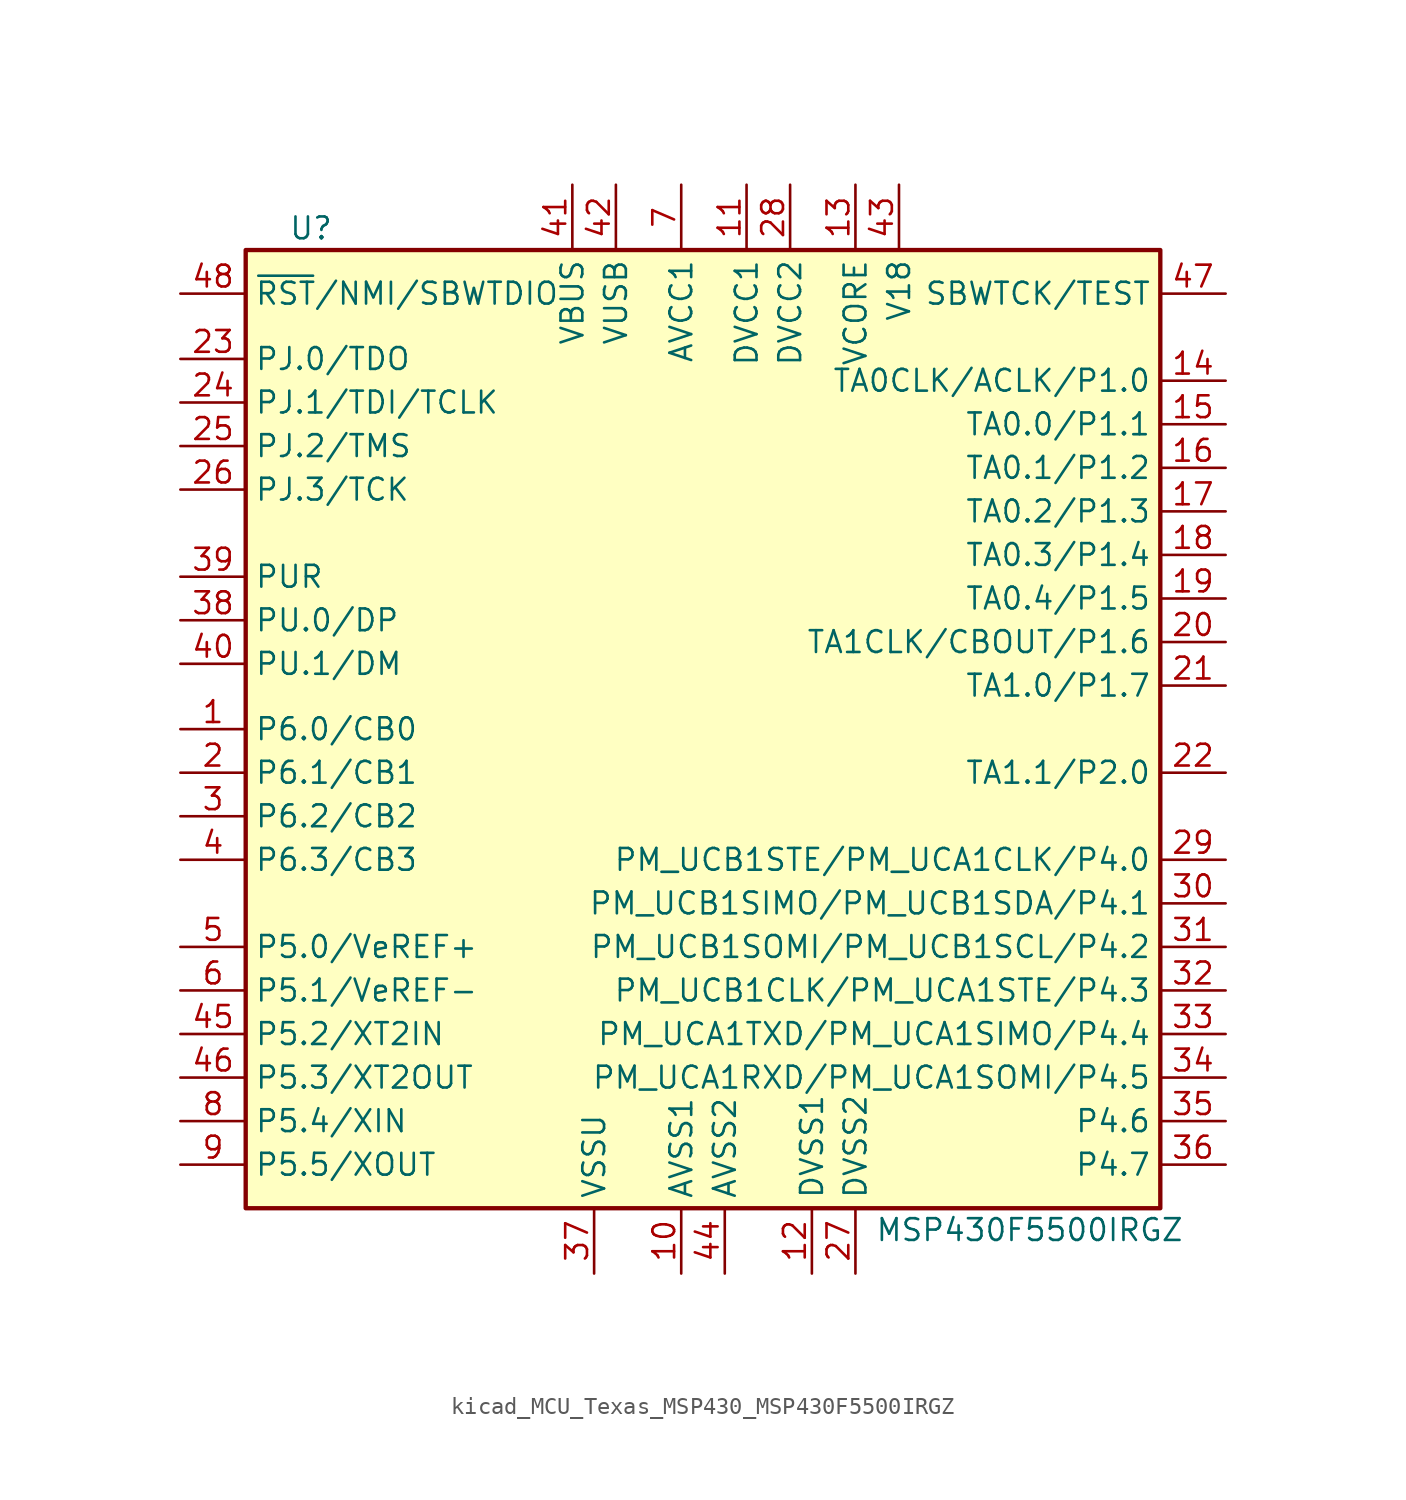
<source format=kicad_sym>
(kicad_symbol_lib
  (version 20220914)
  (generator kicad_symbol_editor)
  (symbol "kicad_MCU_Texas_MSP430_MSP430F5500IRGZ"
    (property "Reference" "U"
      (at -22.86 29.21 0)
      (effects (font (size 1.27 1.27))))
    (property "Value" "MSP430F5500IRGZ"
      (at 19.05 -29.21 0)
      (effects (font (size 1.27 1.27))))
    (symbol "kicad_MCU_Texas_MSP430_MSP430F5500IRGZ_0_1"
      (rectangle (start -26.67 27.94) (end 26.67 -27.94) (stroke (width 0.254) (type default)) (fill (type background))))
    (symbol "kicad_MCU_Texas_MSP430_MSP430F5500IRGZ_1_1"
      (pin bidirectional line (at -30.48 0 0) (length 3.81) (name "P6.0/CB0" (effects (font (size 1.27 1.27)))) (number "1" (effects (font (size 1.27 1.27)))))
      (pin power_in line (at -1.27 -31.75 90) (length 3.81) (name "AVSS1" (effects (font (size 1.27 1.27)))) (number "10" (effects (font (size 1.27 1.27)))))
      (pin power_in line (at 2.54 31.75 270) (length 3.81) (name "DVCC1" (effects (font (size 1.27 1.27)))) (number "11" (effects (font (size 1.27 1.27)))))
      (pin power_in line (at 6.35 -31.75 90) (length 3.81) (name "DVSS1" (effects (font (size 1.27 1.27)))) (number "12" (effects (font (size 1.27 1.27)))))
      (pin passive line (at 8.89 31.75 270) (length 3.81) (name "VCORE" (effects (font (size 1.27 1.27)))) (number "13" (effects (font (size 1.27 1.27)))))
      (pin bidirectional line (at 30.48 20.32 180) (length 3.81) (name "TA0CLK/ACLK/P1.0" (effects (font (size 1.27 1.27)))) (number "14" (effects (font (size 1.27 1.27)))))
      (pin bidirectional line (at 30.48 17.78 180) (length 3.81) (name "TA0.0/P1.1" (effects (font (size 1.27 1.27)))) (number "15" (effects (font (size 1.27 1.27)))))
      (pin bidirectional line (at 30.48 15.24 180) (length 3.81) (name "TA0.1/P1.2" (effects (font (size 1.27 1.27)))) (number "16" (effects (font (size 1.27 1.27)))))
      (pin bidirectional line (at 30.48 12.7 180) (length 3.81) (name "TA0.2/P1.3" (effects (font (size 1.27 1.27)))) (number "17" (effects (font (size 1.27 1.27)))))
      (pin bidirectional line (at 30.48 10.16 180) (length 3.81) (name "TA0.3/P1.4" (effects (font (size 1.27 1.27)))) (number "18" (effects (font (size 1.27 1.27)))))
      (pin bidirectional line (at 30.48 7.62 180) (length 3.81) (name "TA0.4/P1.5" (effects (font (size 1.27 1.27)))) (number "19" (effects (font (size 1.27 1.27)))))
      (pin bidirectional line (at -30.48 -2.54 0) (length 3.81) (name "P6.1/CB1" (effects (font (size 1.27 1.27)))) (number "2" (effects (font (size 1.27 1.27)))))
      (pin bidirectional line (at 30.48 5.08 180) (length 3.81) (name "TA1CLK/CBOUT/P1.6" (effects (font (size 1.27 1.27)))) (number "20" (effects (font (size 1.27 1.27)))))
      (pin bidirectional line (at 30.48 2.54 180) (length 3.81) (name "TA1.0/P1.7" (effects (font (size 1.27 1.27)))) (number "21" (effects (font (size 1.27 1.27)))))
      (pin bidirectional line (at 30.48 -2.54 180) (length 3.81) (name "TA1.1/P2.0" (effects (font (size 1.27 1.27)))) (number "22" (effects (font (size 1.27 1.27)))))
      (pin bidirectional line (at -30.48 21.59 0) (length 3.81) (name "PJ.0/TDO" (effects (font (size 1.27 1.27)))) (number "23" (effects (font (size 1.27 1.27)))))
      (pin bidirectional line (at -30.48 19.05 0) (length 3.81) (name "PJ.1/TDI/TCLK" (effects (font (size 1.27 1.27)))) (number "24" (effects (font (size 1.27 1.27)))))
      (pin bidirectional line (at -30.48 16.51 0) (length 3.81) (name "PJ.2/TMS" (effects (font (size 1.27 1.27)))) (number "25" (effects (font (size 1.27 1.27)))))
      (pin bidirectional line (at -30.48 13.97 0) (length 3.81) (name "PJ.3/TCK" (effects (font (size 1.27 1.27)))) (number "26" (effects (font (size 1.27 1.27)))))
      (pin power_in line (at 8.89 -31.75 90) (length 3.81) (name "DVSS2" (effects (font (size 1.27 1.27)))) (number "27" (effects (font (size 1.27 1.27)))))
      (pin power_in line (at 5.08 31.75 270) (length 3.81) (name "DVCC2" (effects (font (size 1.27 1.27)))) (number "28" (effects (font (size 1.27 1.27)))))
      (pin bidirectional line (at 30.48 -7.62 180) (length 3.81) (name "PM_UCB1STE/PM_UCA1CLK/P4.0" (effects (font (size 1.27 1.27)))) (number "29" (effects (font (size 1.27 1.27)))))
      (pin bidirectional line (at -30.48 -5.08 0) (length 3.81) (name "P6.2/CB2" (effects (font (size 1.27 1.27)))) (number "3" (effects (font (size 1.27 1.27)))))
      (pin bidirectional line (at 30.48 -10.16 180) (length 3.81) (name "PM_UCB1SIMO/PM_UCB1SDA/P4.1" (effects (font (size 1.27 1.27)))) (number "30" (effects (font (size 1.27 1.27)))))
      (pin bidirectional line (at 30.48 -12.7 180) (length 3.81) (name "PM_UCB1SOMI/PM_UCB1SCL/P4.2" (effects (font (size 1.27 1.27)))) (number "31" (effects (font (size 1.27 1.27)))))
      (pin bidirectional line (at 30.48 -15.24 180) (length 3.81) (name "PM_UCB1CLK/PM_UCA1STE/P4.3" (effects (font (size 1.27 1.27)))) (number "32" (effects (font (size 1.27 1.27)))))
      (pin bidirectional line (at 30.48 -17.78 180) (length 3.81) (name "PM_UCA1TXD/PM_UCA1SIMO/P4.4" (effects (font (size 1.27 1.27)))) (number "33" (effects (font (size 1.27 1.27)))))
      (pin bidirectional line (at 30.48 -20.32 180) (length 3.81) (name "PM_UCA1RXD/PM_UCA1SOMI/P4.5" (effects (font (size 1.27 1.27)))) (number "34" (effects (font (size 1.27 1.27)))))
      (pin bidirectional line (at 30.48 -22.86 180) (length 3.81) (name "P4.6" (effects (font (size 1.27 1.27)))) (number "35" (effects (font (size 1.27 1.27)))))
      (pin bidirectional line (at 30.48 -25.4 180) (length 3.81) (name "P4.7" (effects (font (size 1.27 1.27)))) (number "36" (effects (font (size 1.27 1.27)))))
      (pin power_in line (at -6.35 -31.75 90) (length 3.81) (name "VSSU" (effects (font (size 1.27 1.27)))) (number "37" (effects (font (size 1.27 1.27)))))
      (pin bidirectional line (at -30.48 6.35 0) (length 3.81) (name "PU.0/DP" (effects (font (size 1.27 1.27)))) (number "38" (effects (font (size 1.27 1.27)))))
      (pin bidirectional line (at -30.48 8.89 0) (length 3.81) (name "PUR" (effects (font (size 1.27 1.27)))) (number "39" (effects (font (size 1.27 1.27)))))
      (pin bidirectional line (at -30.48 -7.62 0) (length 3.81) (name "P6.3/CB3" (effects (font (size 1.27 1.27)))) (number "4" (effects (font (size 1.27 1.27)))))
      (pin bidirectional line (at -30.48 3.81 0) (length 3.81) (name "PU.1/DM" (effects (font (size 1.27 1.27)))) (number "40" (effects (font (size 1.27 1.27)))))
      (pin power_in line (at -7.62 31.75 270) (length 3.81) (name "VBUS" (effects (font (size 1.27 1.27)))) (number "41" (effects (font (size 1.27 1.27)))))
      (pin power_out line (at -5.08 31.75 270) (length 3.81) (name "VUSB" (effects (font (size 1.27 1.27)))) (number "42" (effects (font (size 1.27 1.27)))))
      (pin passive line (at 11.43 31.75 270) (length 3.81) (name "V18" (effects (font (size 1.27 1.27)))) (number "43" (effects (font (size 1.27 1.27)))))
      (pin power_in line (at 1.27 -31.75 90) (length 3.81) (name "AVSS2" (effects (font (size 1.27 1.27)))) (number "44" (effects (font (size 1.27 1.27)))))
      (pin bidirectional line (at -30.48 -17.78 0) (length 3.81) (name "P5.2/XT2IN" (effects (font (size 1.27 1.27)))) (number "45" (effects (font (size 1.27 1.27)))))
      (pin bidirectional line (at -30.48 -20.32 0) (length 3.81) (name "P5.3/XT2OUT" (effects (font (size 1.27 1.27)))) (number "46" (effects (font (size 1.27 1.27)))))
      (pin input line (at 30.48 25.4 180) (length 3.81) (name "SBWTCK/TEST" (effects (font (size 1.27 1.27)))) (number "47" (effects (font (size 1.27 1.27)))))
      (pin input line (at -30.48 25.4 0) (length 3.81) (name "~{RST}/NMI/SBWTDIO" (effects (font (size 1.27 1.27)))) (number "48" (effects (font (size 1.27 1.27)))))
      (pin bidirectional line (at -30.48 -12.7 0) (length 3.81) (name "P5.0/VeREF+" (effects (font (size 1.27 1.27)))) (number "5" (effects (font (size 1.27 1.27)))))
      (pin bidirectional line (at -30.48 -15.24 0) (length 3.81) (name "P5.1/VeREF-" (effects (font (size 1.27 1.27)))) (number "6" (effects (font (size 1.27 1.27)))))
      (pin power_in line (at -1.27 31.75 270) (length 3.81) (name "AVCC1" (effects (font (size 1.27 1.27)))) (number "7" (effects (font (size 1.27 1.27)))))
      (pin bidirectional line (at -30.48 -22.86 0) (length 3.81) (name "P5.4/XIN" (effects (font (size 1.27 1.27)))) (number "8" (effects (font (size 1.27 1.27)))))
      (pin bidirectional line (at -30.48 -25.4 0) (length 3.81) (name "P5.5/XOUT" (effects (font (size 1.27 1.27)))) (number "9" (effects (font (size 1.27 1.27))))))))
</source>
